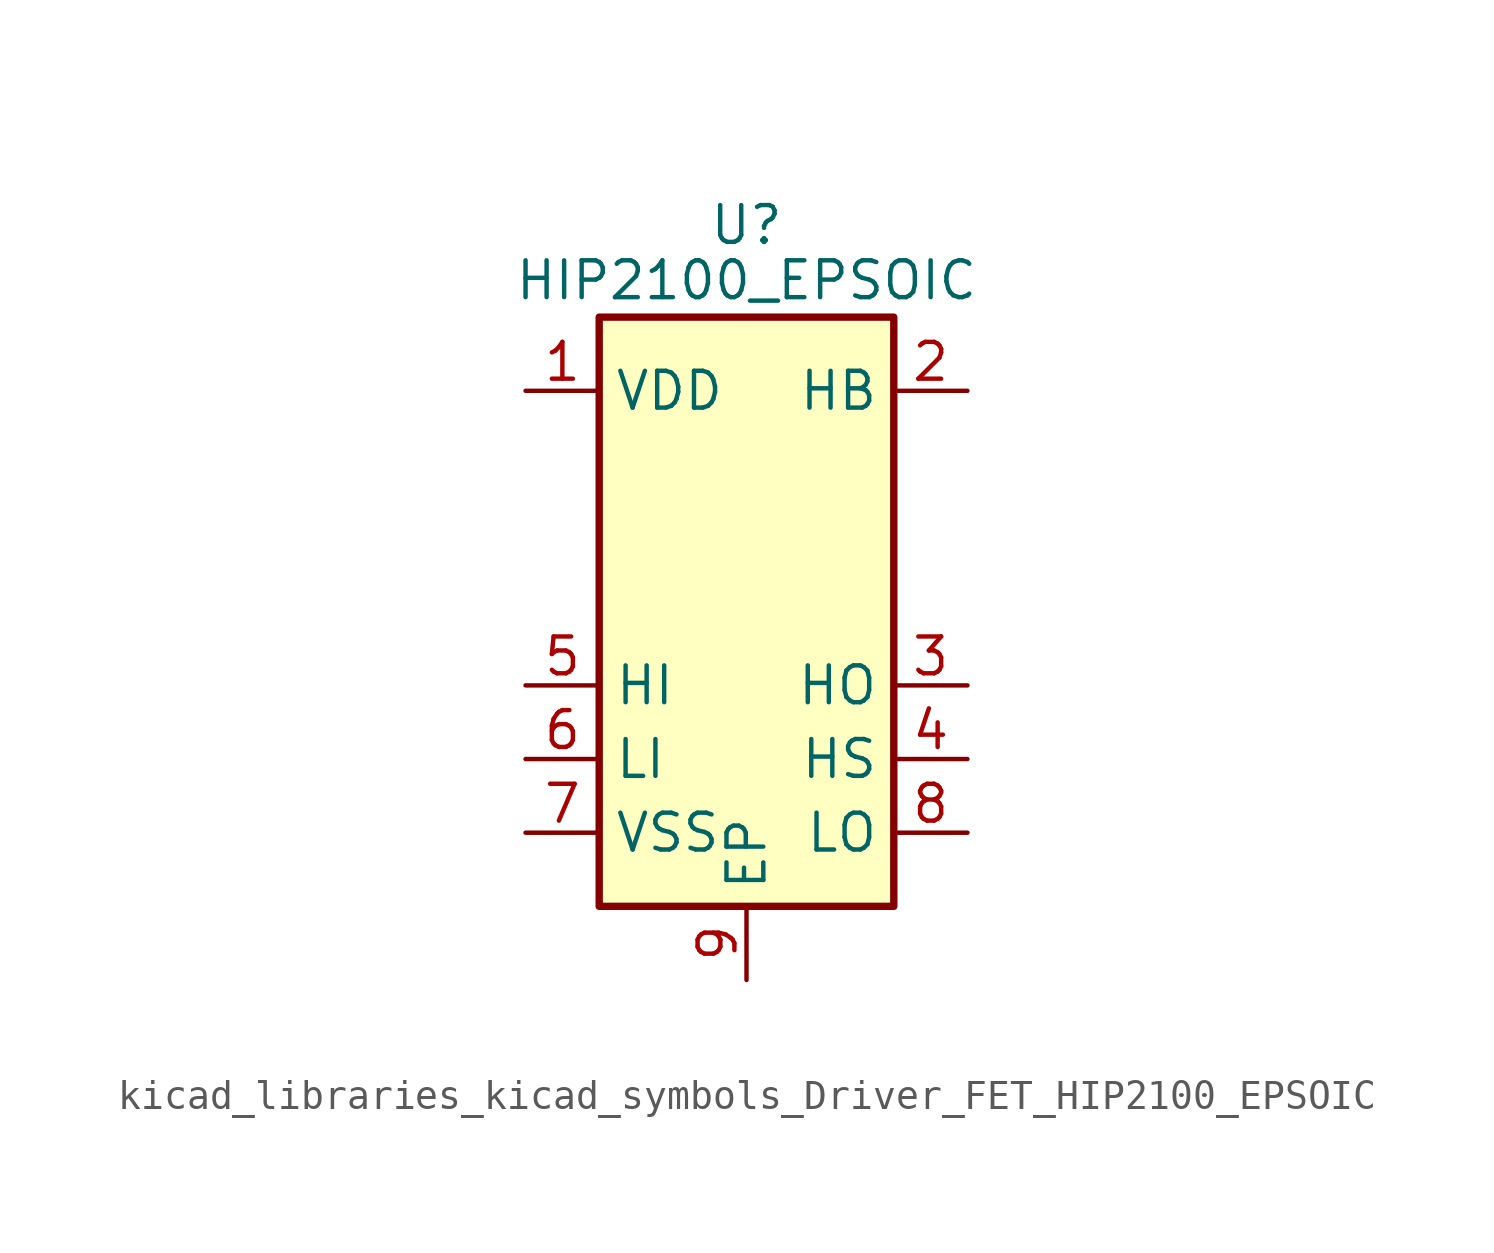
<source format=kicad_sym>
(kicad_symbol_lib
  (version 20220914)
  (generator kicad_symbol_editor)
  (symbol "kicad_libraries_kicad_symbols_Driver_FET_HIP2100_EPSOIC"
    (property "Reference" "U"
      (at 0 13.335 0)
      (effects (font (size 1.27 1.27))))
    (property "Value" "HIP2100_EPSOIC"
      (at 0 11.43 0)
      (effects (font (size 1.27 1.27))))
    (symbol "kicad_libraries_kicad_symbols_Driver_FET_HIP2100_EPSOIC_0_1"
      (rectangle (start -5.08 -10.16) (end 5.08 10.16) (stroke (width 0.254) (type default)) (fill (type background))))
    (symbol "kicad_libraries_kicad_symbols_Driver_FET_HIP2100_EPSOIC_1_1"
      (pin power_in line (at -7.62 7.62 0) (length 2.54) (name "VDD" (effects (font (size 1.27 1.27)))) (number "1" (effects (font (size 1.27 1.27)))))
      (pin passive line (at 7.62 7.62 180) (length 2.54) (name "HB" (effects (font (size 1.27 1.27)))) (number "2" (effects (font (size 1.27 1.27)))))
      (pin output line (at 7.62 -2.54 180) (length 2.54) (name "HO" (effects (font (size 1.27 1.27)))) (number "3" (effects (font (size 1.27 1.27)))))
      (pin passive line (at 7.62 -5.08 180) (length 2.54) (name "HS" (effects (font (size 1.27 1.27)))) (number "4" (effects (font (size 1.27 1.27)))))
      (pin input line (at -7.62 -2.54 0) (length 2.54) (name "HI" (effects (font (size 1.27 1.27)))) (number "5" (effects (font (size 1.27 1.27)))))
      (pin input line (at -7.62 -5.08 0) (length 2.54) (name "LI" (effects (font (size 1.27 1.27)))) (number "6" (effects (font (size 1.27 1.27)))))
      (pin power_in line (at -7.62 -7.62 0) (length 2.54) (name "VSS" (effects (font (size 1.27 1.27)))) (number "7" (effects (font (size 1.27 1.27)))))
      (pin output line (at 7.62 -7.62 180) (length 2.54) (name "LO" (effects (font (size 1.27 1.27)))) (number "8" (effects (font (size 1.27 1.27)))))
      (pin output line (at 0 -12.7 90) (length 2.54) (name "EP" (effects (font (size 1.27 1.27)))) (number "9" (effects (font (size 1.27 1.27))))))))
</source>
